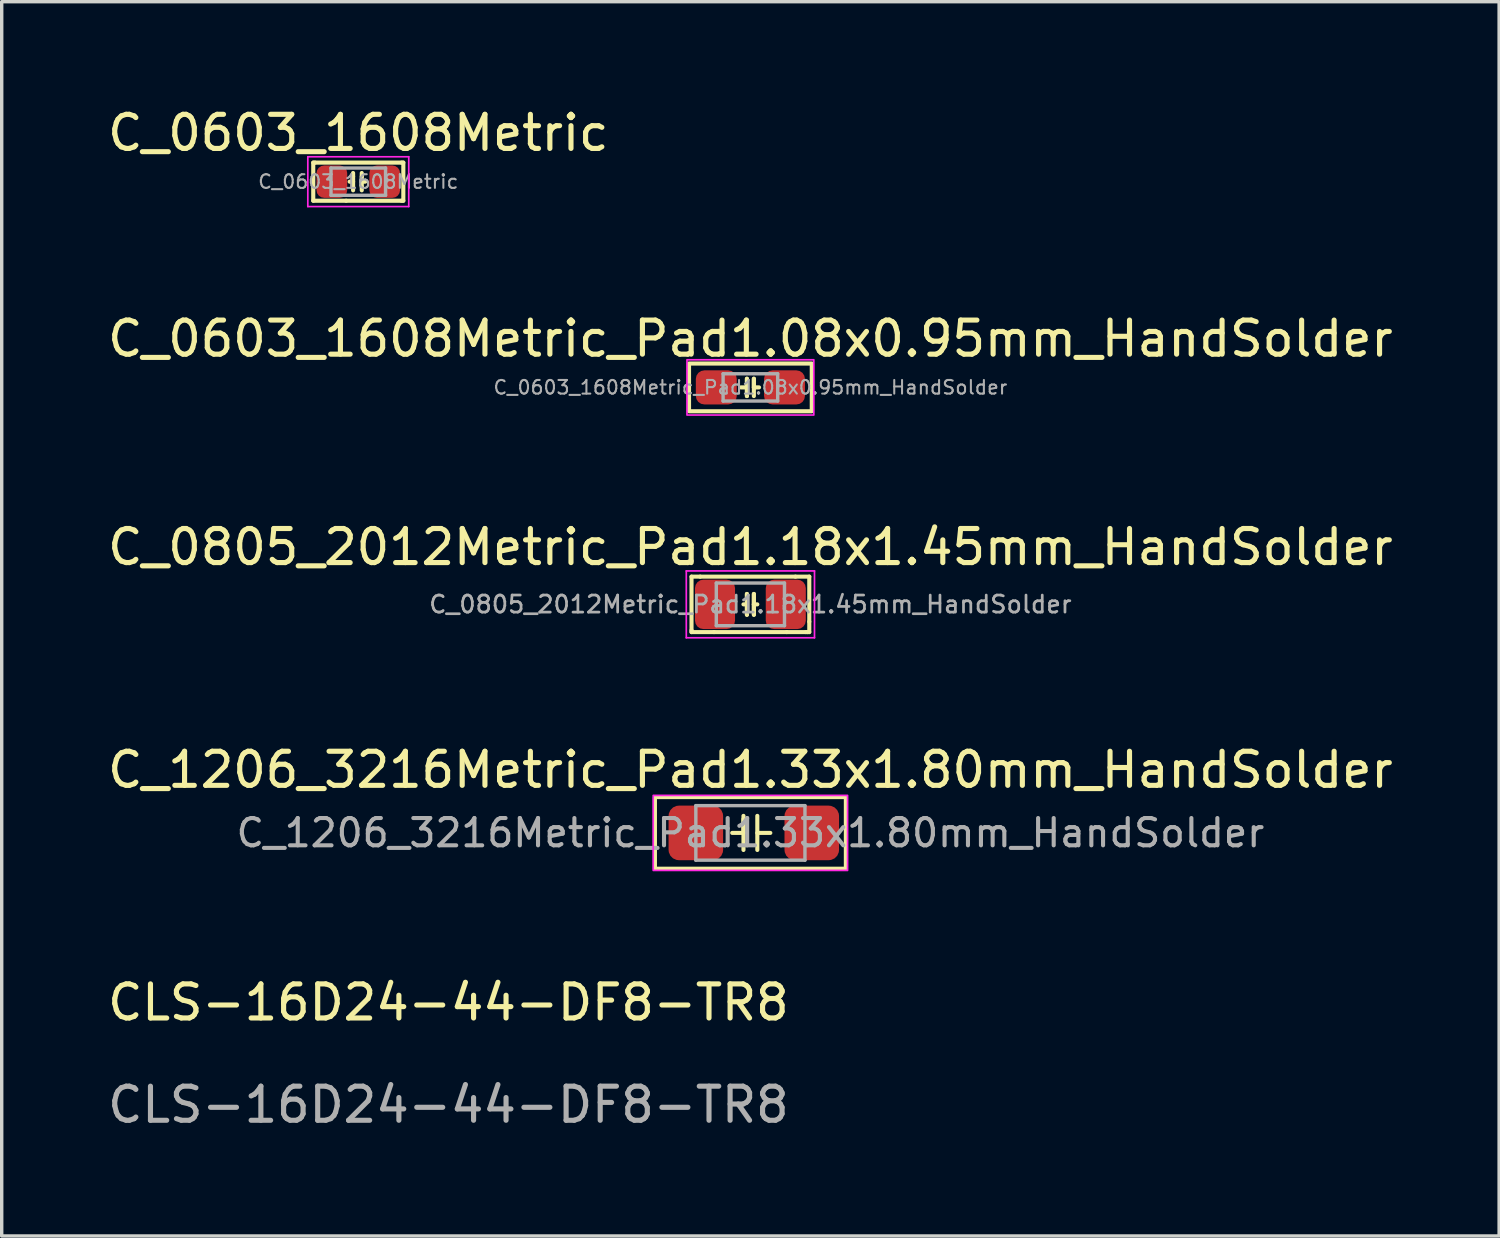
<source format=kicad_pcb>
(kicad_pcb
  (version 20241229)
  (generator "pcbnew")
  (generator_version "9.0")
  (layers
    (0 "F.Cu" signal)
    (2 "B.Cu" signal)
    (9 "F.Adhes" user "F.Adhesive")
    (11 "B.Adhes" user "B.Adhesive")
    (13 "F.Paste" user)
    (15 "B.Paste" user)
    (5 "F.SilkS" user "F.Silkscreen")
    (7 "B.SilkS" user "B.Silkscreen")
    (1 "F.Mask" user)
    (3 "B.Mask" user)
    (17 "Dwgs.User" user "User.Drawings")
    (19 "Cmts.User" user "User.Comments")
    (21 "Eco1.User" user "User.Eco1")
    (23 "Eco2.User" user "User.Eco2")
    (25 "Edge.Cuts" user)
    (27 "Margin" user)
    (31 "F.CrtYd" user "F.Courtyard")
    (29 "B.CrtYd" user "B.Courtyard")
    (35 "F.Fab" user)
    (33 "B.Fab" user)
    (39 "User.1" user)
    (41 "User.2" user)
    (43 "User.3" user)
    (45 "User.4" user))
  (footprint "C_0603_1608Metric"
    (layer "F.Cu")
    (at 7.458 2.278)
    (property "Reference" "C_0603_1608Metric" (at 0 -1.43 0) (layer "F.SilkS") (effects (font (size 1 1) (thickness 0.15))))
    (attr smd)
    (fp_line (start -1.321 -0.559) (end -1.321 0.559) (stroke (width 0.12) (type solid)) (layer "F.SilkS"))
    (fp_line (start -1.321 0.559) (end -0.356 0.559) (stroke (width 0.12) (type solid)) (layer "F.SilkS"))
    (fp_line (start -1.27 -0.559) (end -1.321 -0.559) (stroke (width 0.12) (type solid)) (layer "F.SilkS"))
    (fp_line (start -0.356 0.559) (end 1.27 0.559) (stroke (width 0.12) (type solid)) (layer "F.SilkS"))
    (fp_line (start -0.152 -0.152) (end -0.152 -0.254) (stroke (width 0.12) (type solid)) (layer "F.SilkS"))
    (fp_line (start -0.152 -0.152) (end -0.152 0.152) (stroke (width 0.12) (type solid)) (layer "F.SilkS"))
    (fp_line (start -0.152 0) (end -0.254 0) (stroke (width 0.12) (type solid)) (layer "F.SilkS"))
    (fp_line (start -0.152 0.152) (end -0.152 0.254) (stroke (width 0.12) (type solid)) (layer "F.SilkS"))
    (fp_line (start 0.102 -0.152) (end 0.102 -0.254) (stroke (width 0.12) (type solid)) (layer "F.SilkS"))
    (fp_line (start 0.102 -0.152) (end 0.102 0.152) (stroke (width 0.12) (type solid)) (layer "F.SilkS"))
    (fp_line (start 0.102 0) (end 0.203 0) (stroke (width 0.12) (type solid)) (layer "F.SilkS"))
    (fp_line (start 0.102 0.152) (end 0.102 0.254) (stroke (width 0.12) (type solid)) (layer "F.SilkS"))
    (fp_line (start 1.27 -0.559) (end -1.27 -0.559) (stroke (width 0.12) (type solid)) (layer "F.SilkS"))
    (fp_line (start 1.27 0.559) (end 1.321 0.559) (stroke (width 0.12) (type solid)) (layer "F.SilkS"))
    (fp_line (start 1.321 -0.559) (end 1.27 -0.559) (stroke (width 0.12) (type solid)) (layer "F.SilkS"))
    (fp_line (start 1.321 0.559) (end 1.321 -0.559) (stroke (width 0.12) (type solid)) (layer "F.SilkS"))
    (fp_line (start -1.48 -0.73) (end 1.48 -0.73) (stroke (width 0.05) (type solid)) (layer "F.CrtYd"))
    (fp_line (start -1.48 0.73) (end -1.48 -0.73) (stroke (width 0.05) (type solid)) (layer "F.CrtYd"))
    (fp_line (start 1.48 -0.73) (end 1.48 0.73) (stroke (width 0.05) (type solid)) (layer "F.CrtYd"))
    (fp_line (start 1.48 0.73) (end -1.48 0.73) (stroke (width 0.05) (type solid)) (layer "F.CrtYd"))
    (fp_line (start -0.8 -0.4) (end 0.8 -0.4) (stroke (width 0.1) (type solid)) (layer "F.Fab"))
    (fp_line (start -0.8 0.4) (end -0.8 -0.4) (stroke (width 0.1) (type solid)) (layer "F.Fab"))
    (fp_line (start 0.8 -0.4) (end 0.8 0.4) (stroke (width 0.1) (type solid)) (layer "F.Fab"))
    (fp_line (start 0.8 0.4) (end -0.8 0.4) (stroke (width 0.1) (type solid)) (layer "F.Fab"))
    (fp_text user "${REFERENCE}" (at 0 0 0) (layer "F.Fab") (effects (font (size 0.4 0.4) (thickness 0.06))))
    (pad "1" smd roundrect (at -0.775 0) (size 0.9 0.95) (layers "F.Cu" "F.Mask" "F.Paste") (roundrect_rratio 0.25))
    (pad "2" smd roundrect (at 0.775 0) (size 0.9 0.95) (layers "F.Cu" "F.Mask" "F.Paste") (roundrect_rratio 0.25)))
  (footprint "C_0805_2012Metric_Pad1.18x1.45mm_HandSolder"
    (layer "F.Cu")
    (at 18.958 14.675)
    (property "Reference" "C_0805_2012Metric_Pad1.18x1.45mm_HandSolder" (at 0 -1.68 0) (layer "F.SilkS") (effects (font (size 1 1) (thickness 0.15))))
    (attr smd)
    (fp_line (start -1.727 -0.813) (end -1.727 0.762) (stroke (width 0.12) (type solid)) (layer "F.SilkS"))
    (fp_line (start -1.727 0.762) (end -1.727 0.813) (stroke (width 0.12) (type solid)) (layer "F.SilkS"))
    (fp_line (start -1.727 0.813) (end -1.067 0.813) (stroke (width 0.12) (type solid)) (layer "F.SilkS"))
    (fp_line (start -1.473 -0.813) (end -1.727 -0.813) (stroke (width 0.12) (type solid)) (layer "F.SilkS"))
    (fp_line (start -1.067 0.813) (end 1.067 0.813) (stroke (width 0.12) (type solid)) (layer "F.SilkS"))
    (fp_line (start -0.102 -0.305) (end -0.102 0.305) (stroke (width 0.12) (type solid)) (layer "F.SilkS"))
    (fp_line (start -0.102 0) (end -0.203 0) (stroke (width 0.12) (type solid)) (layer "F.SilkS"))
    (fp_line (start -0.102 0) (end -0.102 -0.305) (stroke (width 0.12) (type solid)) (layer "F.SilkS"))
    (fp_line (start -0.102 0.305) (end -0.102 0) (stroke (width 0.12) (type solid)) (layer "F.SilkS"))
    (fp_line (start 0.102 -0.305) (end 0.102 0.305) (stroke (width 0.12) (type solid)) (layer "F.SilkS"))
    (fp_line (start 0.102 0) (end 0.102 -0.305) (stroke (width 0.12) (type solid)) (layer "F.SilkS"))
    (fp_line (start 0.102 0) (end 0.203 0) (stroke (width 0.12) (type solid)) (layer "F.SilkS"))
    (fp_line (start 0.102 0.305) (end 0.102 0) (stroke (width 0.12) (type solid)) (layer "F.SilkS"))
    (fp_line (start 1.067 0.813) (end 1.626 0.813) (stroke (width 0.12) (type solid)) (layer "F.SilkS"))
    (fp_line (start 1.321 -0.813) (end -1.473 -0.813) (stroke (width 0.12) (type solid)) (layer "F.SilkS"))
    (fp_line (start 1.626 0.813) (end 1.676 0.813) (stroke (width 0.12) (type solid)) (layer "F.SilkS"))
    (fp_line (start 1.676 0.813) (end 1.727 0.813) (stroke (width 0.12) (type solid)) (layer "F.SilkS"))
    (fp_line (start 1.727 -0.813) (end 1.321 -0.813) (stroke (width 0.12) (type solid)) (layer "F.SilkS"))
    (fp_line (start 1.727 0.508) (end 1.727 -0.813) (stroke (width 0.12) (type solid)) (layer "F.SilkS"))
    (fp_line (start 1.727 0.813) (end 1.727 0.508) (stroke (width 0.12) (type solid)) (layer "F.SilkS"))
    (fp_line (start -1.88 -0.98) (end 1.88 -0.98) (stroke (width 0.05) (type solid)) (layer "F.CrtYd"))
    (fp_line (start -1.88 0.98) (end -1.88 -0.98) (stroke (width 0.05) (type solid)) (layer "F.CrtYd"))
    (fp_line (start 1.88 -0.98) (end 1.88 0.98) (stroke (width 0.05) (type solid)) (layer "F.CrtYd"))
    (fp_line (start 1.88 0.98) (end -1.88 0.98) (stroke (width 0.05) (type solid)) (layer "F.CrtYd"))
    (fp_line (start -1 -0.625) (end 1 -0.625) (stroke (width 0.1) (type solid)) (layer "F.Fab"))
    (fp_line (start -1 0.625) (end -1 -0.625) (stroke (width 0.1) (type solid)) (layer "F.Fab"))
    (fp_line (start 1 -0.625) (end 1 0.625) (stroke (width 0.1) (type solid)) (layer "F.Fab"))
    (fp_line (start 1 0.625) (end -1 0.625) (stroke (width 0.1) (type solid)) (layer "F.Fab"))
    (fp_text user "${REFERENCE}" (at 0 0 0) (layer "F.Fab") (effects (font (size 0.5 0.5) (thickness 0.08))))
    (pad "1" smd roundrect (at -1.038 0) (size 1.175 1.45) (layers "F.Cu" "F.Mask" "F.Paste") (roundrect_rratio 0.213))
    (pad "2" smd roundrect (at 1.038 0) (size 1.175 1.45) (layers "F.Cu" "F.Mask" "F.Paste") (roundrect_rratio 0.213)))
  (footprint "C_1206_3216Metric_Pad1.33x1.80mm_HandSolder"
    (layer "F.Cu")
    (at 17.358 21.378)
    (property "Reference" "C_1206_3216Metric_Pad1.33x1.80mm_HandSolder" (at 1.6 -1.85 0) (layer "F.SilkS") (effects (font (size 1 1) (thickness 0.15))))
    (attr smd)
    (fp_line (start 1.397 -0.5) (end 1.397 0.5) (stroke (width 0.12) (type solid)) (layer "F.SilkS"))
    (fp_line (start 1.397 0) (end 1.067 0) (stroke (width 0.12) (type solid)) (layer "F.SilkS"))
    (fp_line (start 1.397 0) (end 1.397 -0.406) (stroke (width 0.12) (type solid)) (layer "F.SilkS"))
    (fp_line (start 1.803 -0.5) (end 1.803 0.5) (stroke (width 0.12) (type solid)) (layer "F.SilkS"))
    (fp_line (start 1.803 0) (end 2.184 0) (stroke (width 0.12) (type solid)) (layer "F.SilkS"))
    (fp_rect (start -1.2 -1.05) (end 4.4 1.05) (stroke (width 0.12) (type default)) (fill no) (layer "F.SilkS"))
    (fp_rect (start -1.25 -1.1) (end 4.45 1.1) (stroke (width 0.05) (type default)) (fill no) (layer "F.CrtYd"))
    (fp_line (start 0 -0.8) (end 3.2 -0.8) (stroke (width 0.1) (type solid)) (layer "F.Fab"))
    (fp_line (start 0 0.8) (end 0 -0.8) (stroke (width 0.1) (type solid)) (layer "F.Fab"))
    (fp_line (start 3.2 -0.8) (end 3.2 0.8) (stroke (width 0.1) (type solid)) (layer "F.Fab"))
    (fp_line (start 3.2 0.8) (end 0 0.8) (stroke (width 0.1) (type solid)) (layer "F.Fab"))
    (fp_text user "${REFERENCE}" (at 1.6 0 0) (layer "F.Fab") (effects (font (size 0.8 0.8) (thickness 0.12))))
    (pad "1" smd roundrect (at 0 0) (size 1.6 1.6) (layers "F.Cu" "F.Mask" "F.Paste") (roundrect_rratio 0.189))
    (pad "2" smd roundrect (at 3.4 0) (size 1.6 1.6) (layers "F.Cu" "F.Mask" "F.Paste") (roundrect_rratio 0.189)))
  (footprint "CLS-16D24-44-DF8-TR8"
    (layer "F.Cu")
    (at 10.101 26.851)
    (property "Reference" "CLS-16D24-44-DF8-TR8" (at 0 -0.5 0) (unlocked yes) (layer "F.SilkS") (effects (font (size 1 1) (thickness 0.15))))
    (attr smd)
    (fp_text user "${REFERENCE}" (at 0 2.5 0) (unlocked yes) (layer "F.Fab") (effects (font (size 1 1) (thickness 0.15)))))
  (footprint "C_0603_1608Metric_Pad1.08x0.95mm_HandSolder"
    (layer "F.Cu")
    (at 18.958 8.312)
    (property "Reference" "C_0603_1608Metric_Pad1.08x0.95mm_HandSolder" (at 0 -1.43 0) (layer "F.SilkS") (effects (font (size 1 1) (thickness 0.15))))
    (attr smd)
    (fp_line (start -0.102 -0.254) (end -0.102 0) (stroke (width 0.12) (type solid)) (layer "F.SilkS"))
    (fp_line (start -0.102 0) (end -0.279 0) (stroke (width 0.12) (type solid)) (layer "F.SilkS"))
    (fp_line (start -0.102 0) (end -0.102 -0.254) (stroke (width 0.12) (type solid)) (layer "F.SilkS"))
    (fp_line (start -0.102 0) (end -0.102 0.254) (stroke (width 0.12) (type solid)) (layer "F.SilkS"))
    (fp_line (start -0.102 0.254) (end -0.102 0) (stroke (width 0.12) (type solid)) (layer "F.SilkS"))
    (fp_line (start 0.102 -0.254) (end 0.102 0.254) (stroke (width 0.12) (type solid)) (layer "F.SilkS"))
    (fp_line (start 0.102 0) (end 0.102 -0.254) (stroke (width 0.12) (type solid)) (layer "F.SilkS"))
    (fp_line (start 0.102 0) (end 0.254 0) (stroke (width 0.12) (type solid)) (layer "F.SilkS"))
    (fp_rect (start -1.8 -0.7) (end 1.8 0.7) (stroke (width 0.12) (type default)) (fill no) (layer "F.SilkS"))
    (fp_rect (start -1.86 -0.81) (end 1.86 0.81) (stroke (width 0.05) (type default)) (fill no) (layer "F.CrtYd"))
    (fp_line (start -0.8 -0.4) (end 0.8 -0.4) (stroke (width 0.1) (type solid)) (layer "F.Fab"))
    (fp_line (start -0.8 0.4) (end -0.8 -0.4) (stroke (width 0.1) (type solid)) (layer "F.Fab"))
    (fp_line (start 0.8 -0.4) (end 0.8 0.4) (stroke (width 0.1) (type solid)) (layer "F.Fab"))
    (fp_line (start 0.8 0.4) (end -0.8 0.4) (stroke (width 0.1) (type solid)) (layer "F.Fab"))
    (fp_text user "${REFERENCE}" (at 0 0 0) (layer "F.Fab") (effects (font (size 0.4 0.4) (thickness 0.06))))
    (pad "1" smd roundrect (at -1 0) (size 1.2 1) (layers "F.Cu" "F.Mask" "F.Paste") (roundrect_rratio 0.25))
    (pad "2" smd roundrect (at 1 0) (size 1.2 1) (layers "F.Cu" "F.Mask" "F.Paste") (roundrect_rratio 0.25)))
  (gr_rect
    (start -3 -3)
    (end 40.917 33.2)
    (stroke (width 0.1) (type default))
    (fill no)
    (layer "Edge.Cuts")))
</source>
